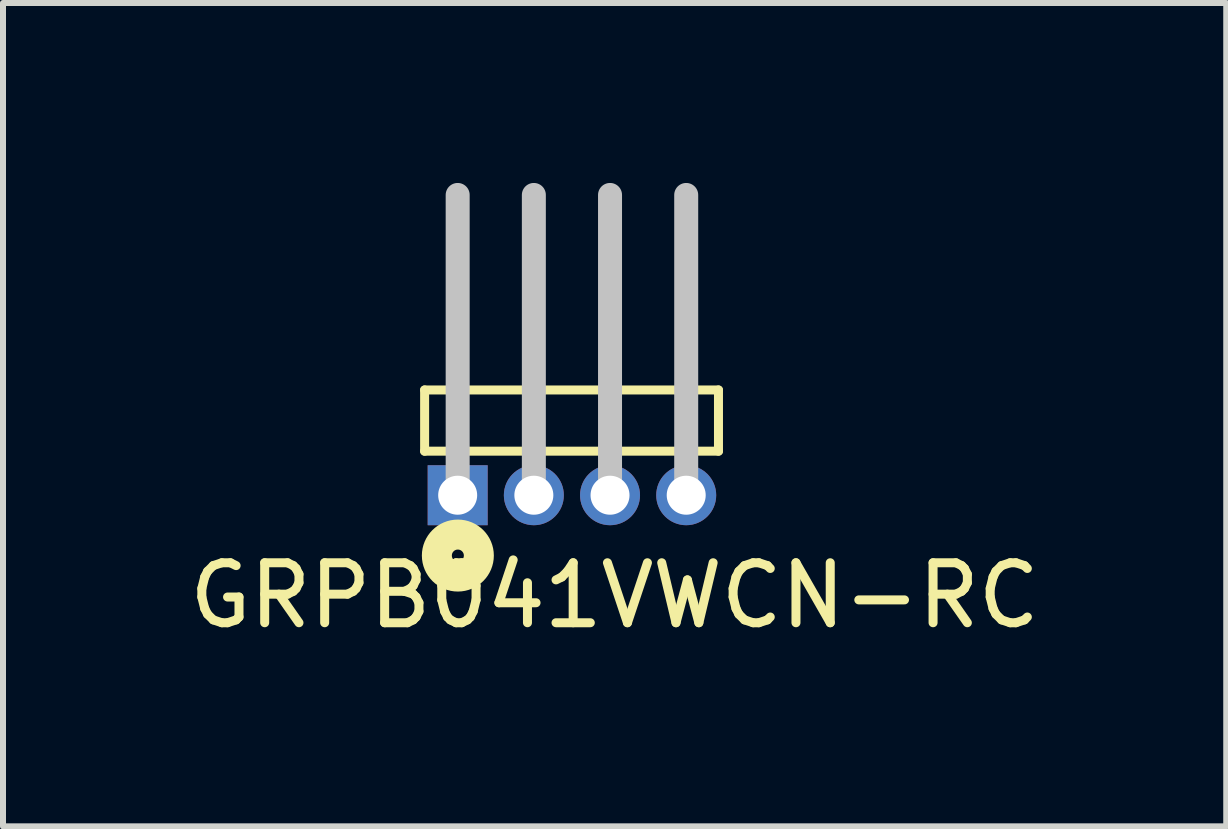
<source format=kicad_pcb>
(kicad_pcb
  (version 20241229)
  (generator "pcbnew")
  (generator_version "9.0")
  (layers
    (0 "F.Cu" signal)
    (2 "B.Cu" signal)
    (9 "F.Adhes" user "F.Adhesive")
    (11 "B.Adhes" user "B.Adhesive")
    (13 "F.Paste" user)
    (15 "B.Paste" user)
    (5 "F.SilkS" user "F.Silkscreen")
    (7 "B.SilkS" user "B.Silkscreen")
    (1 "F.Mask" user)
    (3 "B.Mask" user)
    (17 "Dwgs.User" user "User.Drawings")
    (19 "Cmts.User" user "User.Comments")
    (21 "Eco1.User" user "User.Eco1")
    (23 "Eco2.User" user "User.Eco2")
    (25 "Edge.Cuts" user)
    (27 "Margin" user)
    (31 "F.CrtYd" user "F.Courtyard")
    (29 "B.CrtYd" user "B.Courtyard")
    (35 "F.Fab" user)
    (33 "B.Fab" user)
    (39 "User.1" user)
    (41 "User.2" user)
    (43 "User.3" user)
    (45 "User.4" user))
  (footprint "GRPB041VWCN-RC"
    (layer "F.Cu")
    (at 4.58 5.201)
    (property "Reference" "GRPB041VWCN-RC" (at 2.616 1.676 0) (layer "F.SilkS") (effects (font (size 1 1) (thickness 0.15))))
    (attr through_hole)
    (fp_line (start -0.551 -1.75) (end 4.348 -1.75) (stroke (width 0.15) (type solid)) (layer "F.SilkS"))
    (fp_line (start -0.551 -0.729) (end -0.551 -1.75) (stroke (width 0.15) (type solid)) (layer "F.SilkS"))
    (fp_line (start 4.348 -1.75) (end 4.348 -0.729) (stroke (width 0.15) (type solid)) (layer "F.SilkS"))
    (fp_line (start 4.348 -0.729) (end -0.551 -0.729) (stroke (width 0.15) (type solid)) (layer "F.SilkS"))
    (fp_circle (center 0.003 1.011) (end 0.103 1.011) (stroke (width 0.5) (type solid)) (fill no) (layer "F.SilkS"))
    (fp_line (start 0 0) (end 0 -5.001) (stroke (width 0.4) (type solid)) (layer "Dwgs.User"))
    (fp_line (start 1.27 0) (end 1.27 -5.001) (stroke (width 0.4) (type solid)) (layer "Dwgs.User"))
    (fp_line (start 2.54 0) (end 2.54 -5.001) (stroke (width 0.4) (type solid)) (layer "Dwgs.User"))
    (fp_line (start 3.81 0) (end 3.81 -5.001) (stroke (width 0.4) (type solid)) (layer "Dwgs.User"))
    (pad "1" thru_hole rect (at 0 0.005) (size 1 1) (drill 0.65) (layers "*.Cu" "*.Mask"))
    (pad "2" thru_hole circle (at 1.27 0.005) (size 1 1) (drill 0.65) (layers "*.Cu" "*.Mask"))
    (pad "3" thru_hole circle (at 2.54 0.005) (size 1 1) (drill 0.65) (layers "*.Cu" "*.Mask"))
    (pad "4" thru_hole circle (at 3.81 0.005) (size 1 1) (drill 0.65) (layers "*.Cu" "*.Mask")))
  (gr_rect
    (start -3 -3)
    (end 17.393 10.726)
    (stroke (width 0.1) (type default))
    (fill no)
    (layer "Edge.Cuts")))
</source>
